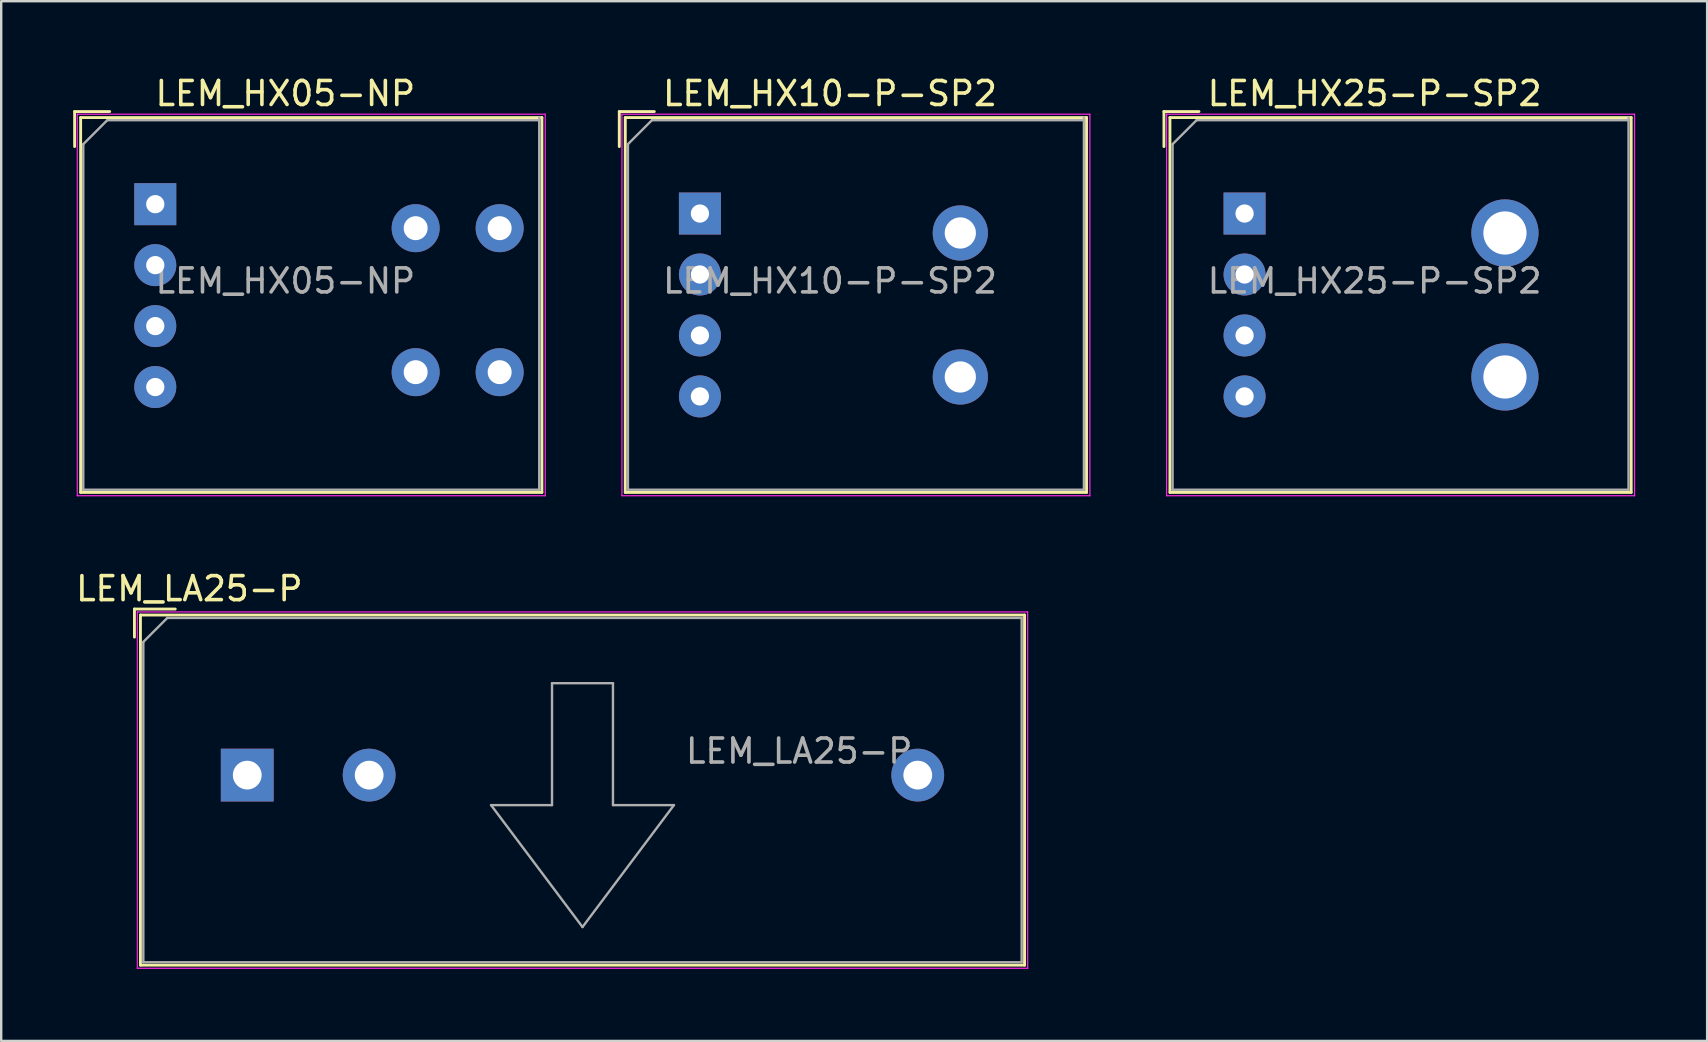
<source format=kicad_pcb>
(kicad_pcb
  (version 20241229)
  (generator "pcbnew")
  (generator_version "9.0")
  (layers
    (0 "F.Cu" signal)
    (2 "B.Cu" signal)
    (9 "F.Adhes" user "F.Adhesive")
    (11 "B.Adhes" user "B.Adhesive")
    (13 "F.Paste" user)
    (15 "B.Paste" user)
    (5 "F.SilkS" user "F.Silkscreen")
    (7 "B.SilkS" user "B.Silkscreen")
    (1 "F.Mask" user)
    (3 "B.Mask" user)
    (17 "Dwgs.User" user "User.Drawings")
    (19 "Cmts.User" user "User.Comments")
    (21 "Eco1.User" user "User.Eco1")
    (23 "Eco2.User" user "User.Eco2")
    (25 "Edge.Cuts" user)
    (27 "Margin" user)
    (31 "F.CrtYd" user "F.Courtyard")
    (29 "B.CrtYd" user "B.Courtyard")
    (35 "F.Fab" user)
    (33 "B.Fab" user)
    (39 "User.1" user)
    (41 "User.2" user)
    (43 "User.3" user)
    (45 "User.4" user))
  (footprint "LEM_HX25-P-SP2"
    (layer "F.Cu")
    (at 48.81 5.848)
    (property "Reference" "LEM_HX25-P-SP2" (at 5.42 -5 0) (layer "F.SilkS") (effects (font (size 1 1) (thickness 0.15))))
    (attr through_hole)
    (fp_line (start -3.36 -2.79) (end -3.36 -4.25) (stroke (width 0.12) (type solid)) (layer "F.SilkS"))
    (fp_line (start -3.11 -4) (end -3.11 11.62) (stroke (width 0.12) (type solid)) (layer "F.SilkS"))
    (fp_line (start -3.11 11.62) (end 16.11 11.62) (stroke (width 0.12) (type solid)) (layer "F.SilkS"))
    (fp_line (start -1.9 -4.25) (end -3.36 -4.25) (stroke (width 0.12) (type solid)) (layer "F.SilkS"))
    (fp_line (start 16.11 -4) (end -3.11 -4) (stroke (width 0.12) (type solid)) (layer "F.SilkS"))
    (fp_line (start 16.11 11.62) (end 16.11 -4) (stroke (width 0.12) (type solid)) (layer "F.SilkS"))
    (fp_line (start -3.25 -4.14) (end -3.25 11.76) (stroke (width 0.05) (type solid)) (layer "F.CrtYd"))
    (fp_line (start -3.25 11.76) (end 16.25 11.76) (stroke (width 0.05) (type solid)) (layer "F.CrtYd"))
    (fp_line (start 16.25 -4.14) (end -3.25 -4.14) (stroke (width 0.05) (type solid)) (layer "F.CrtYd"))
    (fp_line (start 16.25 11.76) (end 16.25 -4.14) (stroke (width 0.05) (type solid)) (layer "F.CrtYd"))
    (fp_line (start -3 -2.89) (end -3 11.51) (stroke (width 0.1) (type solid)) (layer "F.Fab"))
    (fp_line (start -3 11.51) (end 16 11.51) (stroke (width 0.1) (type solid)) (layer "F.Fab"))
    (fp_line (start -2 -3.89) (end -3 -2.89) (stroke (width 0.1) (type solid)) (layer "F.Fab"))
    (fp_line (start 16 -3.89) (end -2 -3.89) (stroke (width 0.1) (type solid)) (layer "F.Fab"))
    (fp_line (start 16 11.51) (end 16 -4) (stroke (width 0.1) (type solid)) (layer "F.Fab"))
    (fp_text user "${REFERENCE}" (at 5.42 2.81 0) (layer "F.Fab") (effects (font (size 1 1) (thickness 0.15))))
    (pad "1" thru_hole rect (at 0 0) (size 1.75 1.75) (drill 0.76) (layers "*.Cu" "*.Mask"))
    (pad "2" thru_hole circle (at 0 2.54) (size 1.75 1.75) (drill 0.76) (layers "*.Cu" "*.Mask"))
    (pad "3" thru_hole circle (at 0 5.08) (size 1.75 1.75) (drill 0.76) (layers "*.Cu" "*.Mask"))
    (pad "4" thru_hole circle (at 0 7.62) (size 1.75 1.75) (drill 0.76) (layers "*.Cu" "*.Mask"))
    (pad "5" thru_hole circle (at 10.85 0.81) (size 2.8 2.8) (drill 1.8) (layers "*.Cu" "*.Mask"))
    (pad "6" thru_hole circle (at 10.85 6.81) (size 2.8 2.8) (drill 1.8) (layers "*.Cu" "*.Mask")))
  (footprint "LEM_HX05-NP"
    (layer "F.Cu")
    (at 3.42 5.458)
    (property "Reference" "LEM_HX05-NP" (at 5.42 -4.61 0) (layer "F.SilkS") (effects (font (size 1 1) (thickness 0.15))))
    (attr through_hole)
    (fp_line (start -3.36 -2.4) (end -3.36 -3.86) (stroke (width 0.12) (type solid)) (layer "F.SilkS"))
    (fp_line (start -3.11 -3.61) (end -3.11 12.01) (stroke (width 0.12) (type solid)) (layer "F.SilkS"))
    (fp_line (start -3.11 12.01) (end 16.11 12.01) (stroke (width 0.12) (type solid)) (layer "F.SilkS"))
    (fp_line (start -1.9 -3.86) (end -3.36 -3.86) (stroke (width 0.12) (type solid)) (layer "F.SilkS"))
    (fp_line (start 16.11 -3.61) (end -3.11 -3.61) (stroke (width 0.12) (type solid)) (layer "F.SilkS"))
    (fp_line (start 16.11 12.01) (end 16.11 -3.61) (stroke (width 0.12) (type solid)) (layer "F.SilkS"))
    (fp_line (start -3.25 -3.75) (end -3.25 12.15) (stroke (width 0.05) (type solid)) (layer "F.CrtYd"))
    (fp_line (start -3.25 12.15) (end 16.25 12.15) (stroke (width 0.05) (type solid)) (layer "F.CrtYd"))
    (fp_line (start 16.25 -3.75) (end -3.25 -3.75) (stroke (width 0.05) (type solid)) (layer "F.CrtYd"))
    (fp_line (start 16.25 12.15) (end 16.25 -3.75) (stroke (width 0.05) (type solid)) (layer "F.CrtYd"))
    (fp_line (start -3 -2.5) (end -3 11.9) (stroke (width 0.1) (type solid)) (layer "F.Fab"))
    (fp_line (start -3 11.9) (end 16 11.9) (stroke (width 0.1) (type solid)) (layer "F.Fab"))
    (fp_line (start -2 -3.5) (end -3 -2.5) (stroke (width 0.1) (type solid)) (layer "F.Fab"))
    (fp_line (start 16 -3.5) (end -2 -3.5) (stroke (width 0.1) (type solid)) (layer "F.Fab"))
    (fp_line (start 16 11.9) (end 16 -3.61) (stroke (width 0.1) (type solid)) (layer "F.Fab"))
    (fp_text user "${REFERENCE}" (at 5.42 3.2 0) (layer "F.Fab") (effects (font (size 1 1) (thickness 0.15))))
    (pad "1" thru_hole rect (at 0 0) (size 1.75 1.75) (drill 0.76) (layers "*.Cu" "*.Mask"))
    (pad "2" thru_hole circle (at 0 2.54) (size 1.75 1.75) (drill 0.76) (layers "*.Cu" "*.Mask"))
    (pad "3" thru_hole circle (at 0 5.08) (size 1.75 1.75) (drill 0.76) (layers "*.Cu" "*.Mask"))
    (pad "4" thru_hole circle (at 0 7.62) (size 1.75 1.75) (drill 0.76) (layers "*.Cu" "*.Mask"))
    (pad "5" thru_hole circle (at 10.85 1) (size 2 2) (drill 1) (layers "*.Cu" "*.Mask"))
    (pad "6" thru_hole circle (at 10.85 7) (size 2 2) (drill 1) (layers "*.Cu" "*.Mask"))
    (pad "7" thru_hole circle (at 14.35 1) (size 2 2) (drill 1) (layers "*.Cu" "*.Mask"))
    (pad "8" thru_hole circle (at 14.35 7) (size 2 2) (drill 1) (layers "*.Cu" "*.Mask")))
  (footprint "LEM_HX10-P-SP2"
    (layer "F.Cu")
    (at 26.115 5.848)
    (property "Reference" "LEM_HX10-P-SP2" (at 5.42 -5 0) (layer "F.SilkS") (effects (font (size 1 1) (thickness 0.15))))
    (attr through_hole)
    (fp_line (start -3.36 -2.79) (end -3.36 -4.25) (stroke (width 0.12) (type solid)) (layer "F.SilkS"))
    (fp_line (start -3.11 -4) (end -3.11 11.62) (stroke (width 0.12) (type solid)) (layer "F.SilkS"))
    (fp_line (start -3.11 11.62) (end 16.11 11.62) (stroke (width 0.12) (type solid)) (layer "F.SilkS"))
    (fp_line (start -1.9 -4.25) (end -3.36 -4.25) (stroke (width 0.12) (type solid)) (layer "F.SilkS"))
    (fp_line (start 16.11 -4) (end -3.11 -4) (stroke (width 0.12) (type solid)) (layer "F.SilkS"))
    (fp_line (start 16.11 11.62) (end 16.11 -4) (stroke (width 0.12) (type solid)) (layer "F.SilkS"))
    (fp_line (start -3.25 -4.14) (end -3.25 11.76) (stroke (width 0.05) (type solid)) (layer "F.CrtYd"))
    (fp_line (start -3.25 11.76) (end 16.25 11.76) (stroke (width 0.05) (type solid)) (layer "F.CrtYd"))
    (fp_line (start 16.25 -4.14) (end -3.25 -4.14) (stroke (width 0.05) (type solid)) (layer "F.CrtYd"))
    (fp_line (start 16.25 11.76) (end 16.25 -4.14) (stroke (width 0.05) (type solid)) (layer "F.CrtYd"))
    (fp_line (start -3 -2.89) (end -3 11.51) (stroke (width 0.1) (type solid)) (layer "F.Fab"))
    (fp_line (start -3 11.51) (end 16 11.51) (stroke (width 0.1) (type solid)) (layer "F.Fab"))
    (fp_line (start -2 -3.89) (end -3 -2.89) (stroke (width 0.1) (type solid)) (layer "F.Fab"))
    (fp_line (start 16 -3.89) (end -2 -3.89) (stroke (width 0.1) (type solid)) (layer "F.Fab"))
    (fp_line (start 16 11.51) (end 16 -4) (stroke (width 0.1) (type solid)) (layer "F.Fab"))
    (fp_text user "${REFERENCE}" (at 5.42 2.81 0) (layer "F.Fab") (effects (font (size 1 1) (thickness 0.15))))
    (pad "1" thru_hole rect (at 0 0) (size 1.75 1.75) (drill 0.76) (layers "*.Cu" "*.Mask"))
    (pad "2" thru_hole circle (at 0 2.54) (size 1.75 1.75) (drill 0.76) (layers "*.Cu" "*.Mask"))
    (pad "3" thru_hole circle (at 0 5.08) (size 1.75 1.75) (drill 0.76) (layers "*.Cu" "*.Mask"))
    (pad "4" thru_hole circle (at 0 7.62) (size 1.75 1.75) (drill 0.76) (layers "*.Cu" "*.Mask"))
    (pad "5" thru_hole circle (at 10.85 0.81) (size 2.3 2.3) (drill 1.3) (layers "*.Cu" "*.Mask"))
    (pad "6" thru_hole circle (at 10.85 6.81) (size 2.3 2.3) (drill 1.3) (layers "*.Cu" "*.Mask")))
  (footprint "LEM_LA25-P"
    (layer "F.Cu")
    (at 7.252 29.248)
    (property "Reference" "LEM_LA25-P" (at -2.413 -7.767 0) (layer "F.SilkS") (effects (font (size 1 1) (thickness 0.15))))
    (attr through_hole)
    (fp_line (start -4.7 -6.92) (end -4.7 -5.75) (stroke (width 0.12) (type solid)) (layer "F.SilkS"))
    (fp_line (start -4.45 -6.67) (end -4.45 7.92) (stroke (width 0.12) (type solid)) (layer "F.SilkS"))
    (fp_line (start -4.45 7.92) (end 32.39 7.92) (stroke (width 0.12) (type solid)) (layer "F.SilkS"))
    (fp_line (start -3 -6.92) (end -4.7 -6.92) (stroke (width 0.12) (type solid)) (layer "F.SilkS"))
    (fp_line (start 32.39 -6.67) (end -4.45 -6.67) (stroke (width 0.12) (type solid)) (layer "F.SilkS"))
    (fp_line (start 32.39 7.92) (end 32.39 -6.67) (stroke (width 0.12) (type solid)) (layer "F.SilkS"))
    (fp_line (start -4.58 -6.8) (end -4.58 8.05) (stroke (width 0.05) (type solid)) (layer "F.CrtYd"))
    (fp_line (start -4.58 -6.8) (end 32.52 -6.8) (stroke (width 0.05) (type solid)) (layer "F.CrtYd"))
    (fp_line (start 32.52 8.05) (end -4.58 8.05) (stroke (width 0.05) (type solid)) (layer "F.CrtYd"))
    (fp_line (start 32.52 8.05) (end 32.52 -6.8) (stroke (width 0.05) (type solid)) (layer "F.CrtYd"))
    (fp_line (start -4.33 -5.55) (end -3.33 -6.55) (stroke (width 0.1) (type solid)) (layer "F.Fab"))
    (fp_line (start -4.33 7.8) (end -4.33 -5.55) (stroke (width 0.1) (type solid)) (layer "F.Fab"))
    (fp_line (start -3.33 -6.55) (end 32.27 -6.55) (stroke (width 0.1) (type solid)) (layer "F.Fab"))
    (fp_line (start 10.16 1.25) (end 13.97 6.33) (stroke (width 0.1) (type solid)) (layer "F.Fab"))
    (fp_line (start 12.7 -3.83) (end 12.7 1.25) (stroke (width 0.1) (type solid)) (layer "F.Fab"))
    (fp_line (start 12.7 1.25) (end 10.16 1.25) (stroke (width 0.1) (type solid)) (layer "F.Fab"))
    (fp_line (start 13.97 6.33) (end 17.78 1.25) (stroke (width 0.1) (type solid)) (layer "F.Fab"))
    (fp_line (start 15.24 -3.83) (end 12.7 -3.83) (stroke (width 0.1) (type solid)) (layer "F.Fab"))
    (fp_line (start 15.24 1.25) (end 15.24 -3.83) (stroke (width 0.1) (type solid)) (layer "F.Fab"))
    (fp_line (start 17.78 1.25) (end 15.24 1.25) (stroke (width 0.1) (type solid)) (layer "F.Fab"))
    (fp_line (start 32.27 -6.55) (end 32.27 7.8) (stroke (width 0.1) (type solid)) (layer "F.Fab"))
    (fp_line (start 32.27 7.8) (end -4.33 7.8) (stroke (width 0.1) (type solid)) (layer "F.Fab"))
    (fp_text user "${REFERENCE}" (at 23 -1 0) (layer "F.Fab") (effects (font (size 1 1) (thickness 0.15))))
    (pad "1" thru_hole rect (at 0 0) (size 2.2 2.2) (drill 1.2) (layers "*.Cu" "*.Mask"))
    (pad "2" thru_hole circle (at 5.08 0) (size 2.2 2.2) (drill 1.2) (layers "*.Cu" "*.Mask"))
    (pad "3" thru_hole circle (at 27.94 0) (size 2.2 2.2) (drill 1.2) (layers "*.Cu" "*.Mask")))
  (gr_rect
    (start -3 -3)
    (end 68.085 40.324)
    (stroke (width 0.1) (type default))
    (fill no)
    (layer "Edge.Cuts")))
</source>
